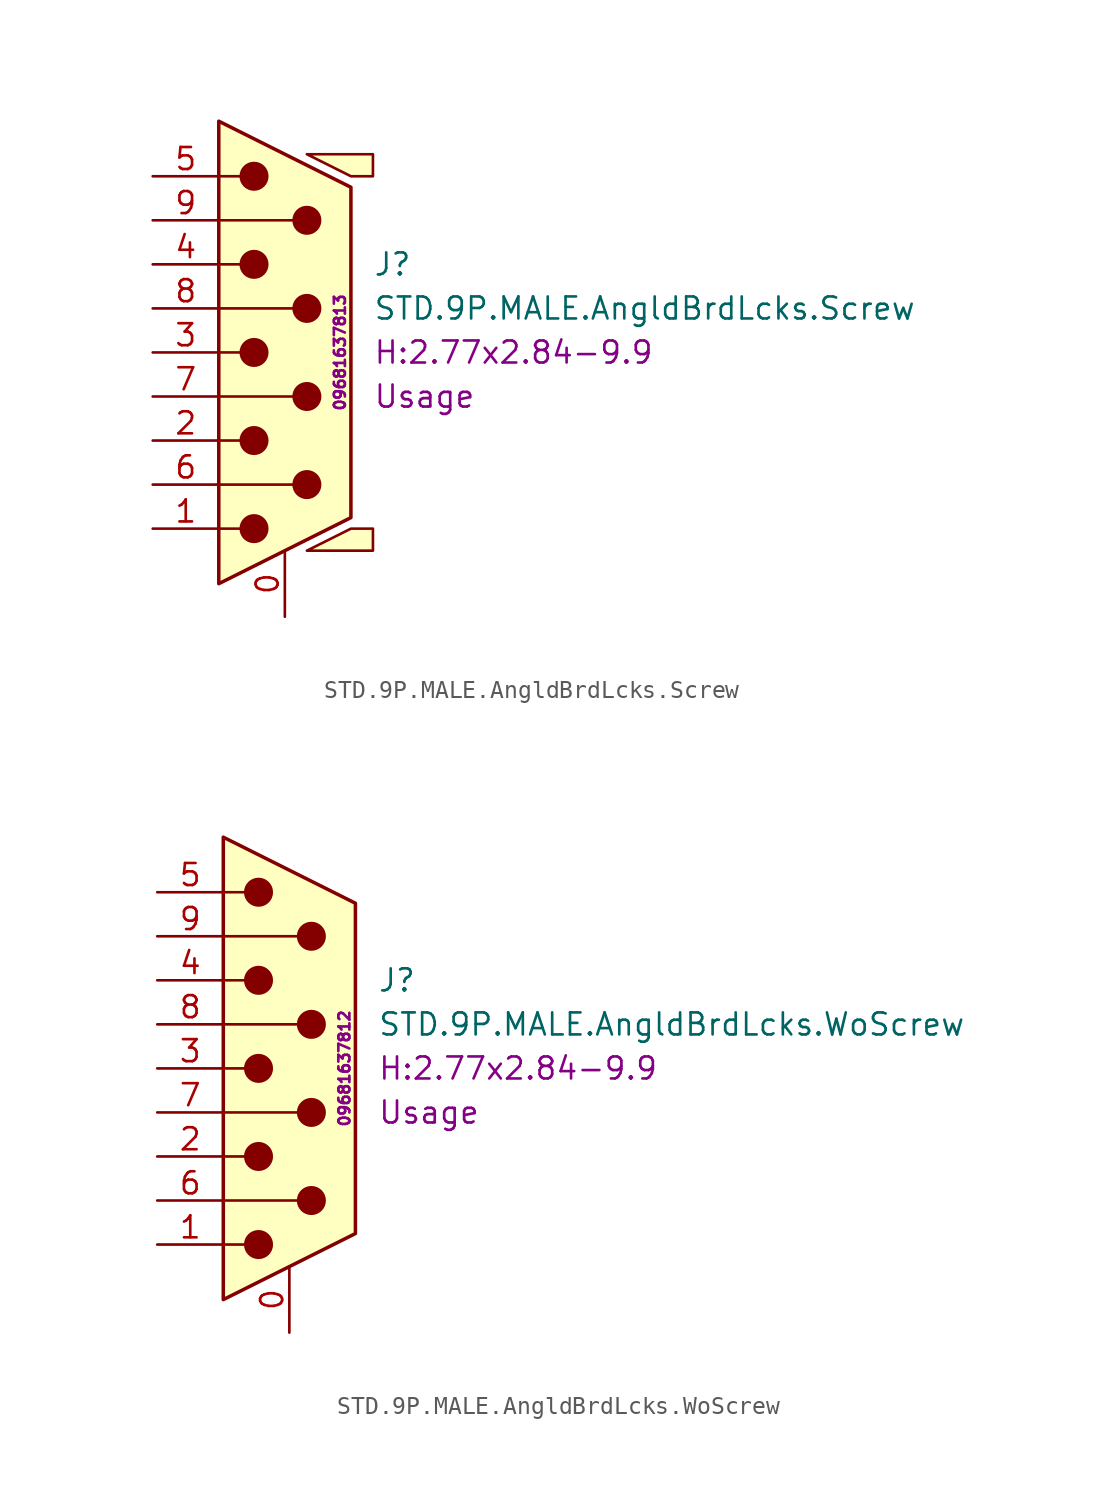
<source format=kicad_sym>
(kicad_symbol_lib
  (version 20211014)
  (generator kicad_symbol_editor)
  (symbol "STD.9P.MALE.AngldBrdLcks.Screw"
    (pin_names
      (offset 1.016) hide)
    (property "Reference" "J"
      (at 5.08 5.08 0)
      (effects (font (size 1.27 1.27)) (justify left)))
    (property "Value" "STD.9P.MALE.AngldBrdLcks.Screw"
      (at 5.08 2.54 0)
      (effects (font (size 1.27 1.27)) (justify left)))
    (property "Package" "H:2.77x2.84-9.9"
      (at 5.08 0 0)
      (effects (font (size 1.27 1.27)) (justify left)))
    (property "Usage" "Usage"
      (at 5.08 -2.54 0)
      (effects (font (size 1.27 1.27)) (justify left)))
    (property "MPN" "09681637813"
      (at 3.175 0 90)
      (effects (font (size 0.635 0.635))))
    (symbol "STD.9P.MALE.AngldBrdLcks.Screw_0_1"
      (circle (center -1.778 -10.16) (radius 0.762) (stroke (width 0) (type default) (color 0 0 0 0)) (fill (type outline)))
      (circle (center -1.778 -5.08) (radius 0.762) (stroke (width 0) (type default) (color 0 0 0 0)) (fill (type outline)))
      (circle (center -1.778 0) (radius 0.762) (stroke (width 0) (type default) (color 0 0 0 0)) (fill (type outline)))
      (circle (center -1.778 5.08) (radius 0.762) (stroke (width 0) (type default) (color 0 0 0 0)) (fill (type outline)))
      (circle (center -1.778 10.16) (radius 0.762) (stroke (width 0) (type default) (color 0 0 0 0)) (fill (type outline)))
      (polyline (pts (xy -3.81 -10.16) (xy -2.54 -10.16)) (stroke (width 0) (type default) (color 0 0 0 0)) (fill (type none)))
      (polyline (pts (xy -3.81 -7.62) (xy 0.508 -7.62)) (stroke (width 0) (type default) (color 0 0 0 0)) (fill (type none)))
      (polyline (pts (xy -3.81 -5.08) (xy -2.54 -5.08)) (stroke (width 0) (type default) (color 0 0 0 0)) (fill (type none)))
      (polyline (pts (xy -3.81 -2.54) (xy 0.508 -2.54)) (stroke (width 0) (type default) (color 0 0 0 0)) (fill (type none)))
      (polyline (pts (xy -3.81 0) (xy -2.54 0)) (stroke (width 0) (type default) (color 0 0 0 0)) (fill (type none)))
      (polyline (pts (xy -3.81 2.54) (xy 0.508 2.54)) (stroke (width 0) (type default) (color 0 0 0 0)) (fill (type none)))
      (polyline (pts (xy -3.81 5.08) (xy -2.54 5.08)) (stroke (width 0) (type default) (color 0 0 0 0)) (fill (type none)))
      (polyline (pts (xy -3.81 7.62) (xy 0.508 7.62)) (stroke (width 0) (type default) (color 0 0 0 0)) (fill (type none)))
      (polyline (pts (xy -3.81 10.16) (xy -2.54 10.16)) (stroke (width 0) (type default) (color 0 0 0 0)) (fill (type none)))
      (polyline (pts (xy -3.81 -13.335) (xy -3.81 13.335) (xy 3.81 9.525) (xy 3.81 -9.525) (xy -3.81 -13.335)) (stroke (width 0.203) (type default) (color 0 0 0 0)) (fill (type background)))
      (polyline (pts (xy 1.27 -11.43) (xy 5.08 -11.43) (xy 5.08 -10.16) (xy 3.81 -10.16) (xy 1.27 -11.43)) (stroke (width 0) (type default) (color 0 0 0 0)) (fill (type background)))
      (polyline (pts (xy 1.27 11.43) (xy 3.81 10.16) (xy 5.08 10.16) (xy 5.08 11.43) (xy 1.27 11.43)) (stroke (width 0) (type default) (color 0 0 0 0)) (fill (type background)))
      (circle (center 1.27 -7.62) (radius 0.762) (stroke (width 0) (type default) (color 0 0 0 0)) (fill (type outline)))
      (circle (center 1.27 -2.54) (radius 0.762) (stroke (width 0) (type default) (color 0 0 0 0)) (fill (type outline)))
      (circle (center 1.27 2.54) (radius 0.762) (stroke (width 0) (type default) (color 0 0 0 0)) (fill (type outline)))
      (circle (center 1.27 7.62) (radius 0.762) (stroke (width 0) (type default) (color 0 0 0 0)) (fill (type outline))))
    (symbol "STD.9P.MALE.AngldBrdLcks.Screw_1_1"
      (pin passive line (at 0 -15.24 90) (length 3.81) (name "PAD" (effects (font (size 1.27 1.27)))) (number "0" (effects (font (size 1.27 1.27)))))
      (pin passive line (at -7.62 -10.16 0) (length 3.81) (name "1" (effects (font (size 1.27 1.27)))) (number "1" (effects (font (size 1.27 1.27)))))
      (pin passive line (at -7.62 -5.08 0) (length 3.81) (name "2" (effects (font (size 1.27 1.27)))) (number "2" (effects (font (size 1.27 1.27)))))
      (pin passive line (at -7.62 0 0) (length 3.81) (name "3" (effects (font (size 1.27 1.27)))) (number "3" (effects (font (size 1.27 1.27)))))
      (pin passive line (at -7.62 5.08 0) (length 3.81) (name "4" (effects (font (size 1.27 1.27)))) (number "4" (effects (font (size 1.27 1.27)))))
      (pin passive line (at -7.62 10.16 0) (length 3.81) (name "5" (effects (font (size 1.27 1.27)))) (number "5" (effects (font (size 1.27 1.27)))))
      (pin passive line (at -7.62 -7.62 0) (length 3.81) (name "6" (effects (font (size 1.27 1.27)))) (number "6" (effects (font (size 1.27 1.27)))))
      (pin passive line (at -7.62 -2.54 0) (length 3.81) (name "7" (effects (font (size 1.27 1.27)))) (number "7" (effects (font (size 1.27 1.27)))))
      (pin passive line (at -7.62 2.54 0) (length 3.81) (name "8" (effects (font (size 1.27 1.27)))) (number "8" (effects (font (size 1.27 1.27)))))
      (pin passive line (at -7.62 7.62 0) (length 3.81) (name "9" (effects (font (size 1.27 1.27)))) (number "9" (effects (font (size 1.27 1.27)))))))
  (symbol "STD.9P.MALE.AngldBrdLcks.WoScrew"
    (pin_names
      (offset 1.016) hide)
    (property "Reference" "J"
      (at 5.08 5.08 0)
      (effects (font (size 1.27 1.27)) (justify left)))
    (property "Value" "STD.9P.MALE.AngldBrdLcks.WoScrew"
      (at 5.08 2.54 0)
      (effects (font (size 1.27 1.27)) (justify left)))
    (property "Package" "H:2.77x2.84-9.9"
      (at 5.08 0 0)
      (effects (font (size 1.27 1.27)) (justify left)))
    (property "Usage" "Usage"
      (at 5.08 -2.54 0)
      (effects (font (size 1.27 1.27)) (justify left)))
    (property "MPN" "09681637812"
      (at 3.175 0 90)
      (effects (font (size 0.635 0.635))))
    (symbol "STD.9P.MALE.AngldBrdLcks.WoScrew_0_1"
      (circle (center -1.778 -10.16) (radius 0.762) (stroke (width 0) (type default) (color 0 0 0 0)) (fill (type outline)))
      (circle (center -1.778 -5.08) (radius 0.762) (stroke (width 0) (type default) (color 0 0 0 0)) (fill (type outline)))
      (circle (center -1.778 0) (radius 0.762) (stroke (width 0) (type default) (color 0 0 0 0)) (fill (type outline)))
      (circle (center -1.778 5.08) (radius 0.762) (stroke (width 0) (type default) (color 0 0 0 0)) (fill (type outline)))
      (circle (center -1.778 10.16) (radius 0.762) (stroke (width 0) (type default) (color 0 0 0 0)) (fill (type outline)))
      (polyline (pts (xy -3.81 -10.16) (xy -2.54 -10.16)) (stroke (width 0) (type default) (color 0 0 0 0)) (fill (type none)))
      (polyline (pts (xy -3.81 -7.62) (xy 0.508 -7.62)) (stroke (width 0) (type default) (color 0 0 0 0)) (fill (type none)))
      (polyline (pts (xy -3.81 -5.08) (xy -2.54 -5.08)) (stroke (width 0) (type default) (color 0 0 0 0)) (fill (type none)))
      (polyline (pts (xy -3.81 -2.54) (xy 0.508 -2.54)) (stroke (width 0) (type default) (color 0 0 0 0)) (fill (type none)))
      (polyline (pts (xy -3.81 0) (xy -2.54 0)) (stroke (width 0) (type default) (color 0 0 0 0)) (fill (type none)))
      (polyline (pts (xy -3.81 2.54) (xy 0.508 2.54)) (stroke (width 0) (type default) (color 0 0 0 0)) (fill (type none)))
      (polyline (pts (xy -3.81 5.08) (xy -2.54 5.08)) (stroke (width 0) (type default) (color 0 0 0 0)) (fill (type none)))
      (polyline (pts (xy -3.81 7.62) (xy 0.508 7.62)) (stroke (width 0) (type default) (color 0 0 0 0)) (fill (type none)))
      (polyline (pts (xy -3.81 10.16) (xy -2.54 10.16)) (stroke (width 0) (type default) (color 0 0 0 0)) (fill (type none)))
      (polyline (pts (xy -3.81 -13.335) (xy -3.81 13.335) (xy 3.81 9.525) (xy 3.81 -9.525) (xy -3.81 -13.335)) (stroke (width 0.203) (type default) (color 0 0 0 0)) (fill (type background)))
      (circle (center 1.27 -7.62) (radius 0.762) (stroke (width 0) (type default) (color 0 0 0 0)) (fill (type outline)))
      (circle (center 1.27 -2.54) (radius 0.762) (stroke (width 0) (type default) (color 0 0 0 0)) (fill (type outline)))
      (circle (center 1.27 2.54) (radius 0.762) (stroke (width 0) (type default) (color 0 0 0 0)) (fill (type outline)))
      (circle (center 1.27 7.62) (radius 0.762) (stroke (width 0) (type default) (color 0 0 0 0)) (fill (type outline))))
    (symbol "STD.9P.MALE.AngldBrdLcks.WoScrew_1_1"
      (pin passive line (at 0 -15.24 90) (length 3.81) (name "PAD" (effects (font (size 1.27 1.27)))) (number "0" (effects (font (size 1.27 1.27)))))
      (pin passive line (at -7.62 -10.16 0) (length 3.81) (name "1" (effects (font (size 1.27 1.27)))) (number "1" (effects (font (size 1.27 1.27)))))
      (pin passive line (at -7.62 -5.08 0) (length 3.81) (name "2" (effects (font (size 1.27 1.27)))) (number "2" (effects (font (size 1.27 1.27)))))
      (pin passive line (at -7.62 0 0) (length 3.81) (name "3" (effects (font (size 1.27 1.27)))) (number "3" (effects (font (size 1.27 1.27)))))
      (pin passive line (at -7.62 5.08 0) (length 3.81) (name "4" (effects (font (size 1.27 1.27)))) (number "4" (effects (font (size 1.27 1.27)))))
      (pin passive line (at -7.62 10.16 0) (length 3.81) (name "5" (effects (font (size 1.27 1.27)))) (number "5" (effects (font (size 1.27 1.27)))))
      (pin passive line (at -7.62 -7.62 0) (length 3.81) (name "6" (effects (font (size 1.27 1.27)))) (number "6" (effects (font (size 1.27 1.27)))))
      (pin passive line (at -7.62 -2.54 0) (length 3.81) (name "7" (effects (font (size 1.27 1.27)))) (number "7" (effects (font (size 1.27 1.27)))))
      (pin passive line (at -7.62 2.54 0) (length 3.81) (name "8" (effects (font (size 1.27 1.27)))) (number "8" (effects (font (size 1.27 1.27)))))
      (pin passive line (at -7.62 7.62 0) (length 3.81) (name "9" (effects (font (size 1.27 1.27)))) (number "9" (effects (font (size 1.27 1.27))))))))
</source>
